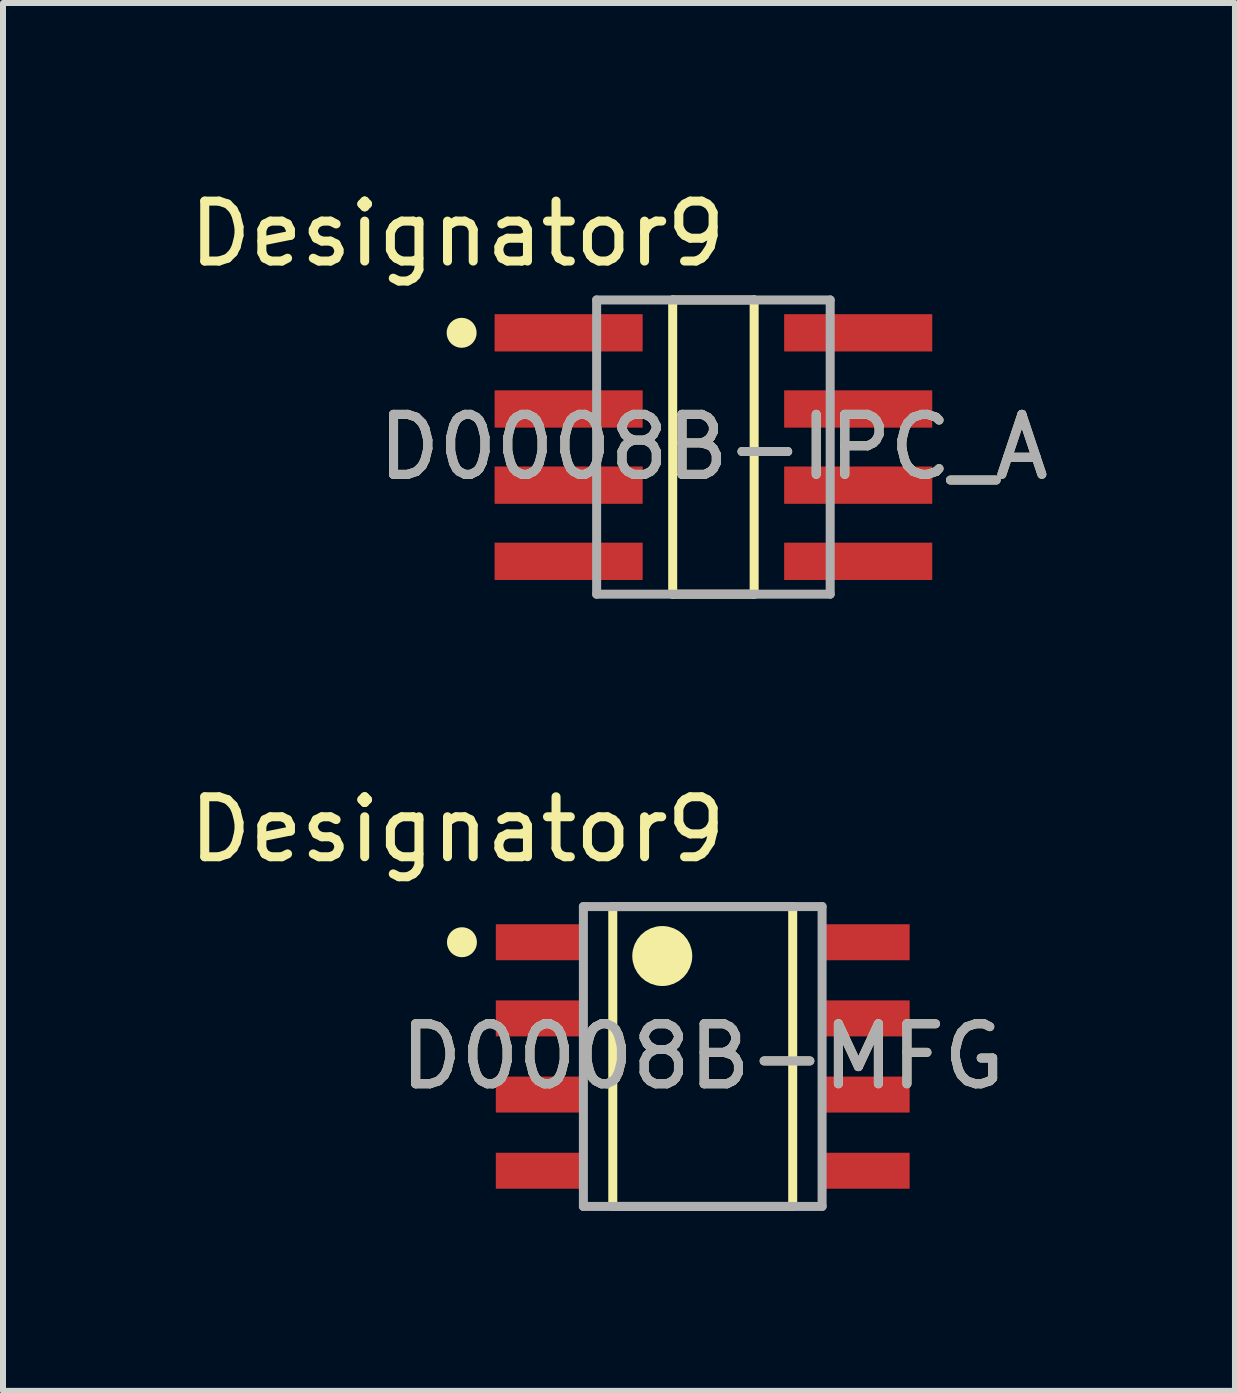
<source format=kicad_pcb>
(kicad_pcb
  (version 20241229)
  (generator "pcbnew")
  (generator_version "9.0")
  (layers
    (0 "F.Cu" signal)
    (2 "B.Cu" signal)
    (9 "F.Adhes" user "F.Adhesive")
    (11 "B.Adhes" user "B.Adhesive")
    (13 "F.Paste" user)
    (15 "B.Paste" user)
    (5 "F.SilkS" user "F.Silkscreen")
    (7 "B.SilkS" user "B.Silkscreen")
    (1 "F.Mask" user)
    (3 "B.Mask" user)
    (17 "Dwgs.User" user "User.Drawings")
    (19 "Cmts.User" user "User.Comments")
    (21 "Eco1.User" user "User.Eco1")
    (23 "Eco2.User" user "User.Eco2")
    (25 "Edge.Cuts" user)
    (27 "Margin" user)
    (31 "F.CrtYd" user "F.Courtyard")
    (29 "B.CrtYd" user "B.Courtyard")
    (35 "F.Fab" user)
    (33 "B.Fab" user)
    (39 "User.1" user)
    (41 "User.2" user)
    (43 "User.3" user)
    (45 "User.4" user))
  (footprint "D0008B-IPC_A"
    (layer "F.Cu")
    (at 8.845 4.404)
    (property "Reference" "D0008B-IPC_A" (at 0 0 0) (unlocked yes) (layer "F.SilkS") (effects (font (size 1 1) (thickness 0.15))))
    (attr smd)
    (fp_line (start -0.679 -2.453) (end 0.679 -2.453) (stroke (width 0.15) (type solid)) (layer "F.SilkS"))
    (fp_line (start -0.679 2.453) (end -0.679 -2.453) (stroke (width 0.15) (type solid)) (layer "F.SilkS"))
    (fp_line (start -0.679 2.453) (end 0.679 2.453) (stroke (width 0.15) (type solid)) (layer "F.SilkS"))
    (fp_line (start 0.679 2.453) (end 0.679 -2.453) (stroke (width 0.15) (type solid)) (layer "F.SilkS"))
    (fp_circle (center -4.198 -1.905) (end -4.073 -1.905) (stroke (width 0.25) (type solid)) (fill no) (layer "F.SilkS"))
    (fp_line (start -1.947 -2.453) (end 1.947 -2.453) (stroke (width 0.15) (type solid)) (layer "F.Fab"))
    (fp_line (start -1.947 2.453) (end -1.947 -2.453) (stroke (width 0.15) (type solid)) (layer "F.Fab"))
    (fp_line (start -1.947 2.453) (end 1.947 2.453) (stroke (width 0.15) (type solid)) (layer "F.Fab"))
    (fp_line (start 1.947 2.453) (end 1.947 -2.453) (stroke (width 0.15) (type solid)) (layer "F.Fab"))
    (fp_text user "Designator9" (at -4.267 -3.556 0) (unlocked yes) (layer "F.SilkS") (effects (font (size 1 1) (thickness 0.15))))
    (fp_text user "${REFERENCE}" (at 0 0 0) (unlocked yes) (layer "F.Fab") (effects (font (size 1 1) (thickness 0.15))))
    (pad "1" smd rect (at -2.414 -1.905) (size 2.469 0.622) (layers "F.Cu" "F.Mask" "F.Paste"))
    (pad "2" smd rect (at -2.414 -0.635) (size 2.469 0.622) (layers "F.Cu" "F.Mask" "F.Paste"))
    (pad "3" smd rect (at -2.414 0.635) (size 2.469 0.622) (layers "F.Cu" "F.Mask" "F.Paste"))
    (pad "4" smd rect (at -2.414 1.905) (size 2.469 0.622) (layers "F.Cu" "F.Mask" "F.Paste"))
    (pad "5" smd rect (at 2.414 1.905) (size 2.469 0.622) (layers "F.Cu" "F.Mask" "F.Paste"))
    (pad "6" smd rect (at 2.414 0.635) (size 2.469 0.622) (layers "F.Cu" "F.Mask" "F.Paste"))
    (pad "7" smd rect (at 2.414 -0.635) (size 2.469 0.622) (layers "F.Cu" "F.Mask" "F.Paste"))
    (pad "8" smd rect (at 2.414 -1.905) (size 2.469 0.622) (layers "F.Cu" "F.Mask" "F.Paste")))
  (footprint "D0008B-MFG"
    (layer "F.Cu")
    (at 8.667 14.565)
    (property "Reference" "D0008B-MFG" (at 0 0 0) (unlocked yes) (layer "F.SilkS") (effects (font (size 1 1) (thickness 0.15))))
    (attr smd)
    (fp_line (start -1.5 -2.5) (end 1.5 -2.5) (stroke (width 0.15) (type solid)) (layer "F.SilkS"))
    (fp_line (start -1.5 2.5) (end -1.5 -2.5) (stroke (width 0.15) (type solid)) (layer "F.SilkS"))
    (fp_line (start -1.5 2.5) (end 1.5 2.5) (stroke (width 0.15) (type solid)) (layer "F.SilkS"))
    (fp_line (start 1.5 2.5) (end 1.5 -2.5) (stroke (width 0.15) (type solid)) (layer "F.SilkS"))
    (fp_circle (center -4.015 -1.905) (end -3.89 -1.905) (stroke (width 0.25) (type solid)) (fill no) (layer "F.SilkS"))
    (fp_circle (center -0.675 -1.675) (end -0.425 -1.675) (stroke (width 0.5) (type solid)) (fill no) (layer "F.SilkS"))
    (fp_line (start -1.99 -2.5) (end 1.99 -2.5) (stroke (width 0.15) (type solid)) (layer "F.Fab"))
    (fp_line (start -1.99 2.5) (end -1.99 -2.5) (stroke (width 0.15) (type solid)) (layer "F.Fab"))
    (fp_line (start -1.99 2.5) (end 1.99 2.5) (stroke (width 0.15) (type solid)) (layer "F.Fab"))
    (fp_line (start 1.99 2.5) (end 1.99 -2.5) (stroke (width 0.15) (type solid)) (layer "F.Fab"))
    (fp_text user "Designator9" (at -4.089 -3.785 0) (unlocked yes) (layer "F.SilkS") (effects (font (size 1 1) (thickness 0.15))))
    (fp_text user "${REFERENCE}" (at 0 0 0) (unlocked yes) (layer "F.Fab") (effects (font (size 1 1) (thickness 0.15))))
    (pad "1" smd rect (at -2.75 -1.905) (size 1.4 0.6) (layers "F.Cu" "F.Mask" "F.Paste"))
    (pad "2" smd rect (at -2.75 -0.635) (size 1.4 0.6) (layers "F.Cu" "F.Mask" "F.Paste"))
    (pad "3" smd rect (at -2.75 0.635) (size 1.4 0.6) (layers "F.Cu" "F.Mask" "F.Paste"))
    (pad "4" smd rect (at -2.75 1.905) (size 1.4 0.6) (layers "F.Cu" "F.Mask" "F.Paste"))
    (pad "5" smd rect (at 2.75 1.905) (size 1.4 0.6) (layers "F.Cu" "F.Mask" "F.Paste"))
    (pad "6" smd rect (at 2.75 0.635) (size 1.4 0.6) (layers "F.Cu" "F.Mask" "F.Paste"))
    (pad "7" smd rect (at 2.75 -0.635) (size 1.4 0.6) (layers "F.Cu" "F.Mask" "F.Paste"))
    (pad "8" smd rect (at 2.75 -1.905) (size 1.4 0.6) (layers "F.Cu" "F.Mask" "F.Paste")))
  (gr_rect
    (start -3 -3)
    (end 17.541 20.14)
    (stroke (width 0.1) (type default))
    (fill no)
    (layer "Edge.Cuts")))
</source>
